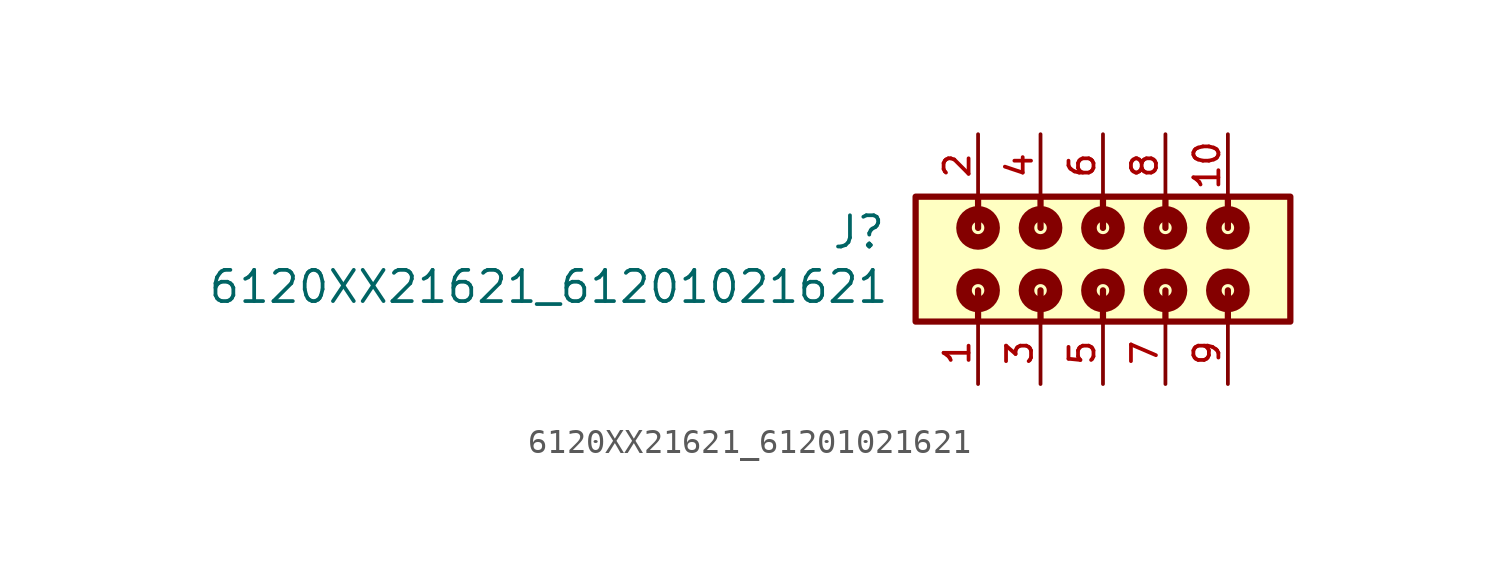
<source format=kicad_sym>
(kicad_symbol_lib
  (version 20211014)
  (generator kicad_symbol_editor)
  (symbol "6120XX21621_61201021621"
    (pin_names
      (offset 1.016))
    (property "Reference" "J"
      (at -8.8 0.35 0)
      (effects (font (size 1.27 1.27)) (justify bottom right)))
    (property "Value" "6120XX21621_61201021621"
      (at -8.66 -1.87 0)
      (effects (font (size 1.27 1.27)) (justify bottom right)))
    (symbol "6120XX21621_61201021621_0_0"
      (polyline (pts (xy -5.08 1.27) (xy -5.08 2.54)) (stroke (width 0.254)))
      (polyline (pts (xy -5.08 -1.27) (xy -5.08 -2.54)) (stroke (width 0.254)))
      (polyline (pts (xy -2.54 1.27) (xy -2.54 2.54)) (stroke (width 0.254)))
      (polyline (pts (xy -2.54 -1.27) (xy -2.54 -2.54)) (stroke (width 0.254)))
      (polyline (pts (xy 0.0 1.27) (xy 0.0 2.54)) (stroke (width 0.254)))
      (polyline (pts (xy 0.0 -1.27) (xy 0.0 -2.54)) (stroke (width 0.254)))
      (polyline (pts (xy 2.54 1.27) (xy 2.54 2.54)) (stroke (width 0.254)))
      (polyline (pts (xy 2.54 -1.27) (xy 2.54 -2.54)) (stroke (width 0.254)))
      (polyline (pts (xy 5.08 1.27) (xy 5.08 2.54)) (stroke (width 0.254)))
      (polyline (pts (xy 5.08 -1.27) (xy 5.08 -2.54)) (stroke (width 0.254)))
      (circle (center -5.08 -1.27) (radius 0.254) (stroke (width 0.635)) (fill (type none)))
      (circle (center -5.08 1.27) (radius 0.254) (stroke (width 0.635)) (fill (type none)))
      (circle (center -2.54 -1.27) (radius 0.254) (stroke (width 0.635)) (fill (type none)))
      (circle (center -2.54 1.27) (radius 0.254) (stroke (width 0.635)) (fill (type none)))
      (circle (center 0.0 -1.27) (radius 0.254) (stroke (width 0.635)) (fill (type none)))
      (circle (center 0.0 1.27) (radius 0.254) (stroke (width 0.635)) (fill (type none)))
      (circle (center 2.54 -1.27) (radius 0.254) (stroke (width 0.635)) (fill (type none)))
      (circle (center 2.54 1.27) (radius 0.254) (stroke (width 0.635)) (fill (type none)))
      (circle (center 5.08 -1.27) (radius 0.254) (stroke (width 0.635)) (fill (type none)))
      (circle (center 5.08 1.27) (radius 0.254) (stroke (width 0.635)) (fill (type none)))
      (rectangle (start -7.62 -2.54) (end 7.62 2.54) (stroke (width 0.254)) (fill (type background)))
      (pin passive line (at -5.08 -5.08 90.0) (length 2.54) (name "~" (effects (font (size 1.016 1.016)))) (number "1" (effects (font (size 1.016 1.016)))))
      (pin passive line (at -5.08 5.08 270.0) (length 2.54) (name "~" (effects (font (size 1.016 1.016)))) (number "2" (effects (font (size 1.016 1.016)))))
      (pin passive line (at -2.54 -5.08 90.0) (length 2.54) (name "~" (effects (font (size 1.016 1.016)))) (number "3" (effects (font (size 1.016 1.016)))))
      (pin passive line (at -2.54 5.08 270.0) (length 2.54) (name "~" (effects (font (size 1.016 1.016)))) (number "4" (effects (font (size 1.016 1.016)))))
      (pin passive line (at 0.0 -5.08 90.0) (length 2.54) (name "~" (effects (font (size 1.016 1.016)))) (number "5" (effects (font (size 1.016 1.016)))))
      (pin passive line (at 0.0 5.08 270.0) (length 2.54) (name "~" (effects (font (size 1.016 1.016)))) (number "6" (effects (font (size 1.016 1.016)))))
      (pin passive line (at 2.54 -5.08 90.0) (length 2.54) (name "~" (effects (font (size 1.016 1.016)))) (number "7" (effects (font (size 1.016 1.016)))))
      (pin passive line (at 2.54 5.08 270.0) (length 2.54) (name "~" (effects (font (size 1.016 1.016)))) (number "8" (effects (font (size 1.016 1.016)))))
      (pin passive line (at 5.08 -5.08 90.0) (length 2.54) (name "~" (effects (font (size 1.016 1.016)))) (number "9" (effects (font (size 1.016 1.016)))))
      (pin passive line (at 5.08 5.08 270.0) (length 2.54) (name "~" (effects (font (size 1.016 1.016)))) (number "10" (effects (font (size 1.016 1.016))))))))
</source>
